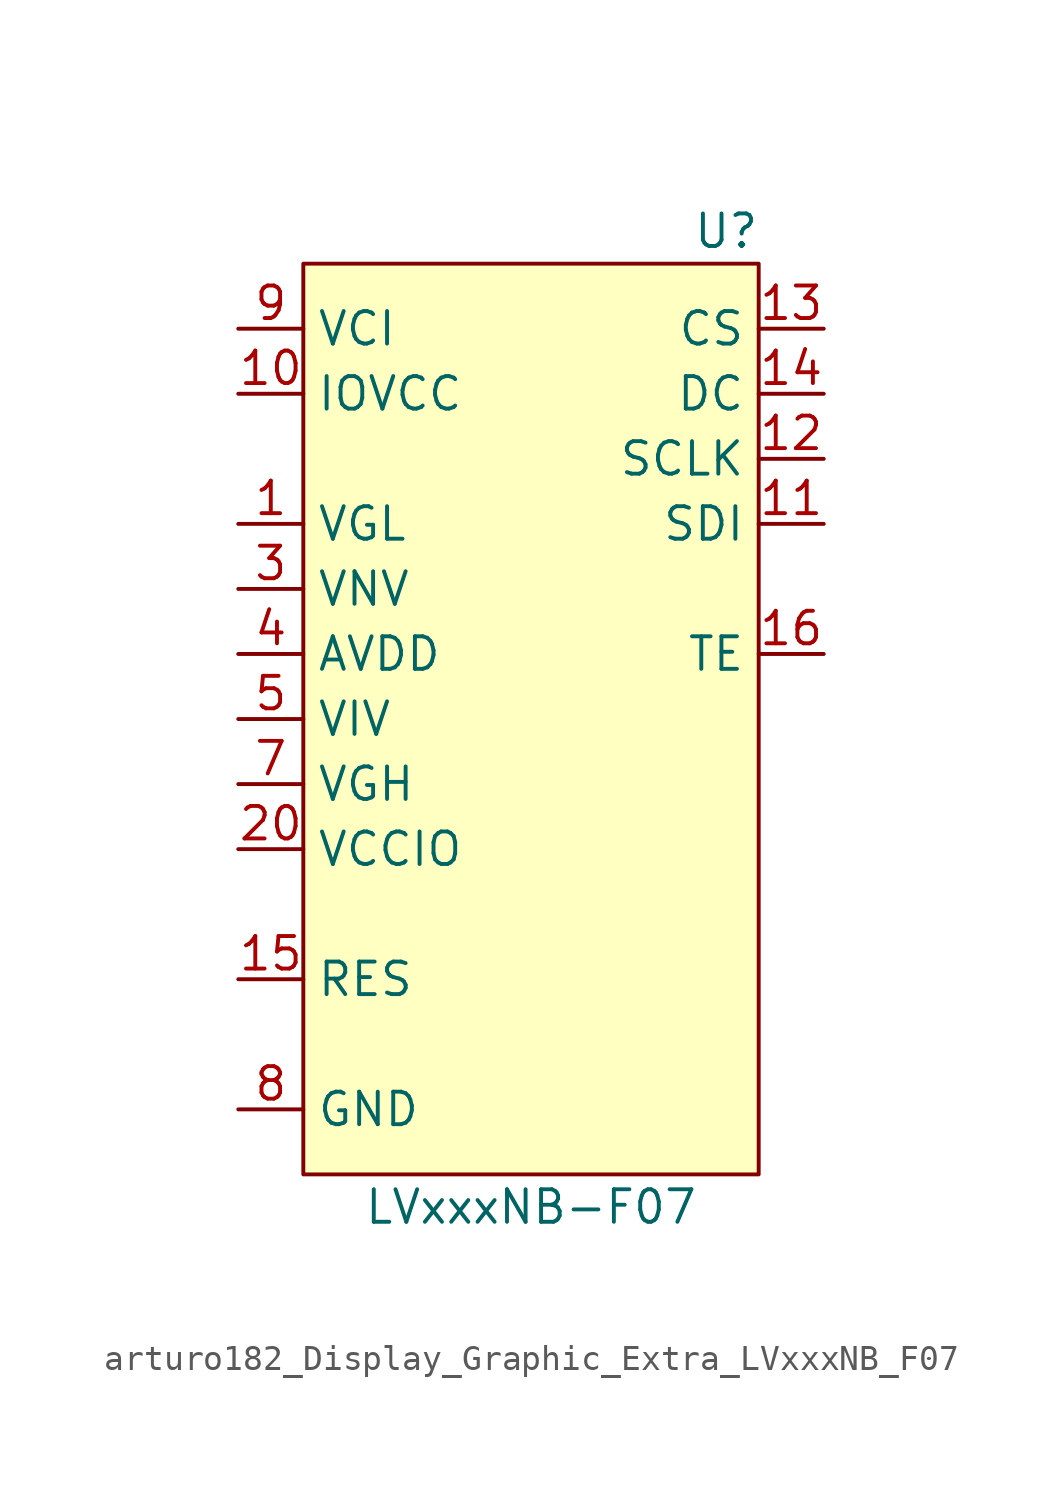
<source format=kicad_sym>
(kicad_symbol_lib
  (version 20220914)
  (generator kicad_symbol_editor)
  (symbol "arturo182_Display_Graphic_Extra_LVxxxNB_F07"
    (property "Reference" "U"
      (at 7.62 19.05 0)
      (effects (font (size 1.27 1.27))))
    (property "Value" "LVxxxNB-F07"
      (at 0 -19.05 0)
      (effects (font (size 1.27 1.27))))
    (symbol "arturo182_Display_Graphic_Extra_LVxxxNB_F07_0_0"
      (pin power_out line (at -11.43 7.62 0) (length 2.54) (name "VGL" (effects (font (size 1.27 1.27)))) (number "1" (effects (font (size 1.27 1.27)))))
      (pin power_in line (at -11.43 12.7 0) (length 2.54) (name "IOVCC" (effects (font (size 1.27 1.27)))) (number "10" (effects (font (size 1.27 1.27)))))
      (pin input line (at 11.43 7.62 180) (length 2.54) (name "SDI" (effects (font (size 1.27 1.27)))) (number "11" (effects (font (size 1.27 1.27)))))
      (pin input line (at 11.43 10.16 180) (length 2.54) (name "SCLK" (effects (font (size 1.27 1.27)))) (number "12" (effects (font (size 1.27 1.27)))))
      (pin input line (at 11.43 15.24 180) (length 2.54) (name "CS" (effects (font (size 1.27 1.27)))) (number "13" (effects (font (size 1.27 1.27)))))
      (pin input line (at 11.43 12.7 180) (length 2.54) (name "DC" (effects (font (size 1.27 1.27)))) (number "14" (effects (font (size 1.27 1.27)))))
      (pin input line (at -11.43 -10.16 0) (length 2.54) (name "RES" (effects (font (size 1.27 1.27)))) (number "15" (effects (font (size 1.27 1.27)))))
      (pin input line (at 11.43 2.54 180) (length 2.54) (name "TE" (effects (font (size 1.27 1.27)))) (number "16" (effects (font (size 1.27 1.27)))))
      (pin no_connect line (at 2.54 -8.89 0) (length 2.54) hide (name "NC" (effects (font (size 1.27 1.27)))) (number "17" (effects (font (size 1.27 1.27)))))
      (pin no_connect line (at 2.54 -11.43 0) (length 2.54) hide (name "NC" (effects (font (size 1.27 1.27)))) (number "18" (effects (font (size 1.27 1.27)))))
      (pin no_connect line (at 2.54 -13.97 0) (length 2.54) hide (name "NC" (effects (font (size 1.27 1.27)))) (number "19" (effects (font (size 1.27 1.27)))))
      (pin no_connect line (at 2.54 3.81 0) (length 2.54) hide (name "NC" (effects (font (size 1.27 1.27)))) (number "2" (effects (font (size 1.27 1.27)))))
      (pin power_out line (at -11.43 -5.08 0) (length 2.54) (name "VCCIO" (effects (font (size 1.27 1.27)))) (number "20" (effects (font (size 1.27 1.27)))))
      (pin no_connect line (at 2.54 1.27 0) (length 2.54) hide (name "NC" (effects (font (size 1.27 1.27)))) (number "21" (effects (font (size 1.27 1.27)))))
      (pin no_connect line (at 2.54 -1.27 0) (length 2.54) hide (name "NC" (effects (font (size 1.27 1.27)))) (number "22" (effects (font (size 1.27 1.27)))))
      (pin no_connect line (at 2.54 -3.81 0) (length 2.54) hide (name "NC" (effects (font (size 1.27 1.27)))) (number "23" (effects (font (size 1.27 1.27)))))
      (pin no_connect line (at 2.54 -6.35 0) (length 2.54) hide (name "NC" (effects (font (size 1.27 1.27)))) (number "24" (effects (font (size 1.27 1.27)))))
      (pin power_out line (at -11.43 5.08 0) (length 2.54) (name "VNV" (effects (font (size 1.27 1.27)))) (number "3" (effects (font (size 1.27 1.27)))))
      (pin power_out line (at -11.43 2.54 0) (length 2.54) (name "AVDD" (effects (font (size 1.27 1.27)))) (number "4" (effects (font (size 1.27 1.27)))))
      (pin power_in line (at -11.43 0 0) (length 2.54) (name "VIV" (effects (font (size 1.27 1.27)))) (number "5" (effects (font (size 1.27 1.27)))))
      (pin no_connect line (at 2.54 -16.51 0) (length 2.54) hide (name "NC" (effects (font (size 1.27 1.27)))) (number "6" (effects (font (size 1.27 1.27)))))
      (pin power_out line (at -11.43 -2.54 0) (length 2.54) (name "VGH" (effects (font (size 1.27 1.27)))) (number "7" (effects (font (size 1.27 1.27)))))
      (pin power_in line (at -11.43 -15.24 0) (length 2.54) (name "GND" (effects (font (size 1.27 1.27)))) (number "8" (effects (font (size 1.27 1.27)))))
      (pin power_in line (at -11.43 15.24 0) (length 2.54) (name "VCI" (effects (font (size 1.27 1.27)))) (number "9" (effects (font (size 1.27 1.27))))))
    (symbol "arturo182_Display_Graphic_Extra_LVxxxNB_F07_0_1"
      (rectangle (start -8.89 17.78) (end 8.89 -17.78) (stroke (width 0) (type default)) (fill (type background))))))
</source>
